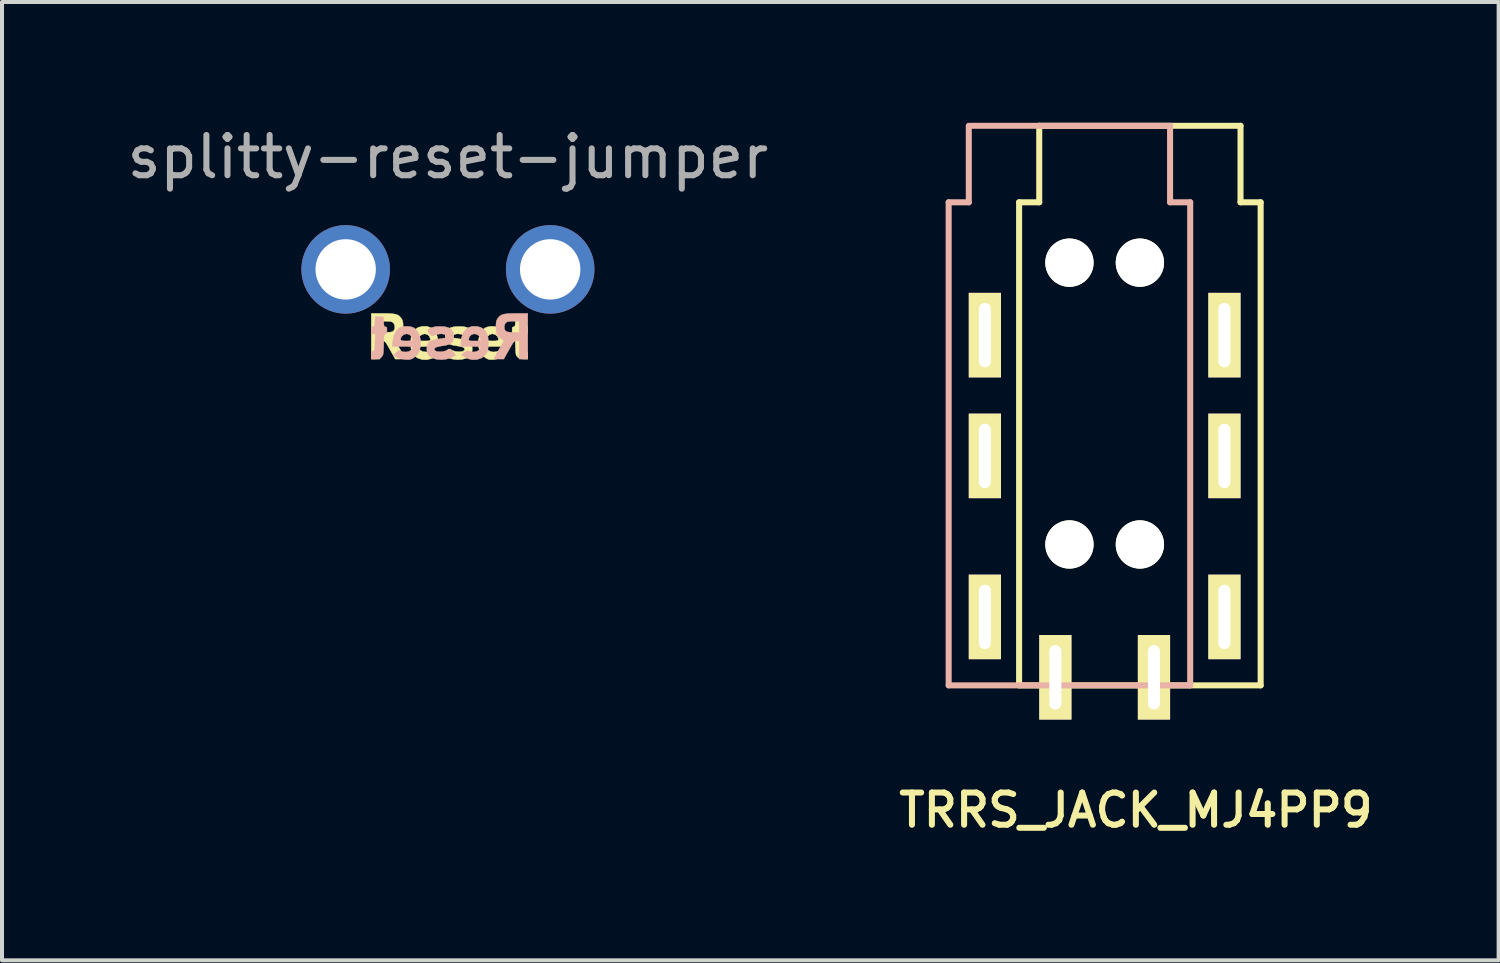
<source format=kicad_pcb>
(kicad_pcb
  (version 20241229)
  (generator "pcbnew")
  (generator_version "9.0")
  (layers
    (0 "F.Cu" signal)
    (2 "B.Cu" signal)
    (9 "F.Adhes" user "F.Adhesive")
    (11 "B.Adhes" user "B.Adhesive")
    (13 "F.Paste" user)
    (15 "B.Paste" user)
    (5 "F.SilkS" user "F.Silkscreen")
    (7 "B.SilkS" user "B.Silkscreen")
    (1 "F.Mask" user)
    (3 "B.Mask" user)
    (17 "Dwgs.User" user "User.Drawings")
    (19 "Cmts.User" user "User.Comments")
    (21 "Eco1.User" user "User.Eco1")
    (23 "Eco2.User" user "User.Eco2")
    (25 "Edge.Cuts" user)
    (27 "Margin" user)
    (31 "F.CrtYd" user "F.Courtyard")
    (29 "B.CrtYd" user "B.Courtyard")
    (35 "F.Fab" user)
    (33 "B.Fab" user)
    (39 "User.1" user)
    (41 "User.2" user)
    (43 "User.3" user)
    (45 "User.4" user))
  (footprint "TRRS_JACK_MJ4PP9"
    (layer "F.Cu")
    (at 25.266 1.975)
    (property "Reference" "TRRS_JACK_MJ4PP9" (at -0.1 15.1 0) (layer "F.SilkS") (effects (font (size 0.8 0.8) (thickness 0.15))))
    (attr through_hole)
    (fp_line (start -3 0) (end -2.5 0) (stroke (width 0.15) (type solid)) (layer "F.SilkS"))
    (fp_line (start -3 12) (end -3 0) (stroke (width 0.15) (type solid)) (layer "F.SilkS"))
    (fp_line (start -2.5 -1.9) (end 2.5 -1.9) (stroke (width 0.15) (type solid)) (layer "F.SilkS"))
    (fp_line (start -2.5 0) (end -2.5 -1.9) (stroke (width 0.15) (type solid)) (layer "F.SilkS"))
    (fp_line (start 2.5 0) (end 2.5 -1.9) (stroke (width 0.15) (type solid)) (layer "F.SilkS"))
    (fp_line (start 3 0) (end 2.5 0) (stroke (width 0.15) (type solid)) (layer "F.SilkS"))
    (fp_line (start 3 0) (end 3 12) (stroke (width 0.15) (type solid)) (layer "F.SilkS"))
    (fp_line (start 3 12) (end -3 12) (stroke (width 0.15) (type solid)) (layer "F.SilkS"))
    (fp_line (start -4.75 0) (end -4.25 0) (stroke (width 0.15) (type solid)) (layer "B.SilkS"))
    (fp_line (start -4.75 12) (end -4.75 0) (stroke (width 0.15) (type solid)) (layer "B.SilkS"))
    (fp_line (start -4.25 0) (end -4.25 -1.9) (stroke (width 0.15) (type solid)) (layer "B.SilkS"))
    (fp_line (start -4.2 -1.9) (end 0.75 -1.9) (stroke (width 0.15) (type solid)) (layer "B.SilkS"))
    (fp_line (start 0.75 0) (end 0.75 -1.9) (stroke (width 0.15) (type solid)) (layer "B.SilkS"))
    (fp_line (start 1.25 0) (end 0.75 0) (stroke (width 0.15) (type solid)) (layer "B.SilkS"))
    (fp_line (start 1.25 0) (end 1.25 12) (stroke (width 0.15) (type solid)) (layer "B.SilkS"))
    (fp_line (start 1.25 12) (end -4.75 12) (stroke (width 0.15) (type solid)) (layer "B.SilkS"))
    (pad "" np_thru_hole circle (at -1.75 1.5) (size 1.2 1.2) (drill 1.2) (layers "*.Cu" "*.Mask" "F.SilkS"))
    (pad "" np_thru_hole circle (at -1.75 8.5) (size 1.2 1.2) (drill 1.2) (layers "*.Cu" "*.Mask" "F.SilkS"))
    (pad "" np_thru_hole circle (at 0 1.5) (size 1.2 1.2) (drill 1.2) (layers "*.Cu" "*.Mask" "F.SilkS"))
    (pad "" np_thru_hole circle (at 0 8.5) (size 1.2 1.2) (drill 1.2) (layers "*.Cu" "*.Mask" "F.SilkS"))
    (pad "1" thru_hole rect (at -2.1 11.8) (size 0.8 2.1) (drill oval 0.3 1.6) (layers "*.Cu" "*.Mask" "F.SilkS"))
    (pad "1" thru_hole rect (at 0.35 11.8) (size 0.8 2.1) (drill oval 0.3 1.6) (layers "*.Cu" "*.Mask" "F.SilkS"))
    (pad "2" thru_hole rect (at -3.85 10.3) (size 0.8 2.1) (drill oval 0.3 1.6) (layers "*.Cu" "*.Mask" "F.SilkS"))
    (pad "2" thru_hole rect (at 2.1 10.3) (size 0.8 2.1) (drill oval 0.3 1.6) (layers "*.Cu" "*.Mask" "F.SilkS"))
    (pad "3" thru_hole rect (at -3.85 6.3) (size 0.8 2.1) (drill oval 0.3 1.6) (layers "*.Cu" "*.Mask" "F.SilkS"))
    (pad "3" thru_hole rect (at 2.1 6.3) (size 0.8 2.1) (drill oval 0.3 1.6) (layers "*.Cu" "*.Mask" "F.SilkS"))
    (pad "4" thru_hole rect (at -3.85 3.3) (size 0.8 2.1) (drill oval 0.3 1.6) (layers "*.Cu" "*.Mask" "F.SilkS"))
    (pad "4" thru_hole rect (at 2.1 3.3) (size 0.8 2.1) (drill oval 0.3 1.6) (layers "*.Cu" "*.Mask" "F.SilkS")))
  (footprint "splitty-reset-jumper"
    (layer "F.Cu")
    (at 8.077 3.642)
    (property "Reference" "splitty-reset-jumper" (at 0 -2.794 0) (layer "F.Fab") (effects (font (size 1 1) (thickness 0.15))))
    (attr through_hole)
    (fp_poly (pts (xy -1.485 1.095) (xy -1.382 1.101) (xy -1.305 1.113) (xy -1.249 1.132) (xy -1.205 1.161) (xy -1.169 1.201) (xy -1.159 1.214) (xy -1.134 1.255) (xy -1.12 1.3) (xy -1.114 1.36) (xy -1.113 1.429) (xy -1.118 1.532) (xy -1.138 1.609) (xy -1.179 1.668) (xy -1.244 1.723) (xy -1.254 1.73) (xy -1.314 1.771) (xy -1.196 1.975) (xy -1.15 2.056) (xy -1.11 2.126) (xy -1.082 2.178) (xy -1.069 2.203) (xy -1.075 2.217) (xy -1.109 2.224) (xy -1.177 2.227) (xy -1.184 2.227) (xy -1.308 2.227) (xy -1.434 2.002) (xy -1.486 1.911) (xy -1.523 1.849) (xy -1.551 1.809) (xy -1.574 1.788) (xy -1.597 1.779) (xy -1.624 1.778) (xy -1.689 1.778) (xy -1.689 2.227) (xy -1.904 2.227) (xy -1.904 1.289) (xy -1.689 1.289) (xy -1.689 1.563) (xy -1.539 1.563) (xy -1.451 1.56) (xy -1.394 1.551) (xy -1.358 1.534) (xy -1.353 1.53) (xy -1.324 1.481) (xy -1.319 1.417) (xy -1.337 1.355) (xy -1.357 1.328) (xy -1.385 1.307) (xy -1.424 1.295) (xy -1.485 1.29) (xy -1.542 1.289) (xy -1.689 1.289) (xy -1.904 1.289) (xy -1.904 1.094) (xy -1.62 1.094) (xy -1.485 1.095)) (stroke (width 0.01) (type solid)) (fill yes) (layer "F.SilkS"))
    (fp_poly (pts (xy 1.891 1.293) (xy 1.895 1.361) (xy 1.903 1.399) (xy 1.918 1.417) (xy 1.94 1.422) (xy 1.968 1.432) (xy 1.981 1.457) (xy 1.984 1.508) (xy 1.984 1.515) (xy 1.982 1.569) (xy 1.972 1.594) (xy 1.948 1.602) (xy 1.935 1.602) (xy 1.885 1.602) (xy 1.891 1.812) (xy 1.894 1.905) (xy 1.898 1.965) (xy 1.904 2.001) (xy 1.915 2.019) (xy 1.931 2.027) (xy 1.94 2.028) (xy 1.967 2.037) (xy 1.98 2.059) (xy 1.984 2.106) (xy 1.984 2.131) (xy 1.984 2.227) (xy 1.88 2.227) (xy 1.813 2.224) (xy 1.768 2.209) (xy 1.732 2.18) (xy 1.729 2.177) (xy 1.71 2.154) (xy 1.696 2.128) (xy 1.687 2.093) (xy 1.682 2.04) (xy 1.678 1.962) (xy 1.675 1.864) (xy 1.672 1.758) (xy 1.669 1.685) (xy 1.664 1.639) (xy 1.656 1.614) (xy 1.645 1.604) (xy 1.631 1.602) (xy 1.608 1.596) (xy 1.596 1.57) (xy 1.594 1.516) (xy 1.594 1.514) (xy 1.596 1.459) (xy 1.607 1.433) (xy 1.63 1.426) (xy 1.632 1.426) (xy 1.653 1.421) (xy 1.666 1.401) (xy 1.672 1.356) (xy 1.676 1.304) (xy 1.681 1.182) (xy 1.783 1.176) (xy 1.885 1.17) (xy 1.891 1.293)) (stroke (width 0.01) (type solid)) (fill yes) (layer "F.SilkS"))
    (fp_poly (pts (xy -0.424 1.448) (xy -0.344 1.512) (xy -0.285 1.605) (xy -0.251 1.722) (xy -0.243 1.822) (xy -0.243 1.914) (xy -0.487 1.914) (xy -0.599 1.916) (xy -0.674 1.92) (xy -0.718 1.93) (xy -0.733 1.946) (xy -0.722 1.971) (xy -0.69 2.005) (xy -0.686 2.009) (xy -0.625 2.042) (xy -0.544 2.051) (xy -0.457 2.035) (xy -0.447 2.031) (xy -0.408 2.022) (xy -0.372 2.033) (xy -0.326 2.064) (xy -0.257 2.116) (xy -0.311 2.16) (xy -0.411 2.217) (xy -0.524 2.244) (xy -0.64 2.24) (xy -0.747 2.206) (xy -0.773 2.19) (xy -0.843 2.134) (xy -0.889 2.065) (xy -0.916 1.975) (xy -0.926 1.857) (xy -0.926 1.821) (xy -0.919 1.732) (xy -0.732 1.732) (xy -0.729 1.755) (xy -0.717 1.769) (xy -0.686 1.775) (xy -0.63 1.778) (xy -0.585 1.778) (xy -0.51 1.777) (xy -0.467 1.773) (xy -0.446 1.764) (xy -0.439 1.746) (xy -0.438 1.729) (xy -0.456 1.669) (xy -0.502 1.624) (xy -0.566 1.602) (xy -0.579 1.602) (xy -0.643 1.617) (xy -0.696 1.655) (xy -0.728 1.707) (xy -0.732 1.732) (xy -0.919 1.732) (xy -0.915 1.682) (xy -0.881 1.574) (xy -0.823 1.494) (xy -0.74 1.442) (xy -0.637 1.414) (xy -0.523 1.414) (xy -0.424 1.448)) (stroke (width 0.01) (type solid)) (fill yes) (layer "F.SilkS"))
    (fp_poly (pts (xy 1.158 1.416) (xy 1.241 1.432) (xy 1.294 1.457) (xy 1.367 1.534) (xy 1.419 1.639) (xy 1.448 1.767) (xy 1.45 1.786) (xy 1.462 1.914) (xy 1.207 1.914) (xy 1.104 1.915) (xy 1.033 1.916) (xy 0.99 1.92) (xy 0.967 1.926) (xy 0.96 1.937) (xy 0.963 1.953) (xy 0.963 1.954) (xy 0.994 2.004) (xy 1.052 2.038) (xy 1.126 2.052) (xy 1.206 2.044) (xy 1.251 2.028) (xy 1.287 2.017) (xy 1.317 2.026) (xy 1.357 2.059) (xy 1.359 2.061) (xy 1.396 2.1) (xy 1.416 2.128) (xy 1.418 2.133) (xy 1.4 2.156) (xy 1.354 2.182) (xy 1.29 2.207) (xy 1.217 2.227) (xy 1.146 2.239) (xy 1.135 2.24) (xy 1.058 2.242) (xy 1.002 2.233) (xy 0.948 2.208) (xy 0.94 2.203) (xy 0.85 2.131) (xy 0.79 2.034) (xy 0.761 1.913) (xy 0.76 1.767) (xy 0.761 1.757) (xy 0.958 1.757) (xy 0.959 1.759) (xy 0.983 1.768) (xy 1.035 1.775) (xy 1.104 1.778) (xy 1.107 1.778) (xy 1.183 1.776) (xy 1.229 1.768) (xy 1.251 1.754) (xy 1.255 1.747) (xy 1.252 1.711) (xy 1.23 1.666) (xy 1.228 1.664) (xy 1.173 1.617) (xy 1.107 1.601) (xy 1.042 1.616) (xy 0.99 1.661) (xy 0.978 1.681) (xy 0.96 1.726) (xy 0.958 1.757) (xy 0.761 1.757) (xy 0.764 1.73) (xy 0.796 1.608) (xy 0.859 1.509) (xy 0.916 1.457) (xy 0.98 1.429) (xy 1.066 1.415) (xy 1.158 1.416)) (stroke (width 0.01) (type solid)) (fill yes) (layer "F.SilkS"))
    (fp_poly (pts (xy 0.369 1.421) (xy 0.438 1.432) (xy 0.497 1.453) (xy 0.514 1.462) (xy 0.563 1.49) (xy 0.582 1.516) (xy 0.574 1.548) (xy 0.538 1.597) (xy 0.521 1.616) (xy 0.495 1.642) (xy 0.47 1.65) (xy 0.431 1.641) (xy 0.401 1.631) (xy 0.312 1.607) (xy 0.233 1.601) (xy 0.172 1.612) (xy 0.135 1.638) (xy 0.128 1.663) (xy 0.13 1.694) (xy 0.133 1.7) (xy 0.153 1.704) (xy 0.203 1.711) (xy 0.273 1.722) (xy 0.309 1.728) (xy 0.393 1.743) (xy 0.466 1.762) (xy 0.518 1.78) (xy 0.528 1.785) (xy 0.574 1.837) (xy 0.6 1.91) (xy 0.605 1.993) (xy 0.591 2.074) (xy 0.555 2.142) (xy 0.54 2.157) (xy 0.461 2.205) (xy 0.358 2.234) (xy 0.242 2.243) (xy 0.123 2.23) (xy 0.07 2.217) (xy -0.009 2.189) (xy -0.068 2.162) (xy -0.102 2.139) (xy -0.106 2.131) (xy -0.095 2.11) (xy -0.066 2.071) (xy -0.048 2.048) (xy 0.011 1.977) (xy 0.113 2.016) (xy 0.194 2.039) (xy 0.272 2.047) (xy 0.339 2.042) (xy 0.389 2.026) (xy 0.416 1.998) (xy 0.411 1.962) (xy 0.409 1.958) (xy 0.379 1.936) (xy 0.318 1.917) (xy 0.232 1.902) (xy 0.13 1.885) (xy 0.059 1.866) (xy 0.009 1.841) (xy -0.027 1.807) (xy -0.037 1.793) (xy -0.061 1.73) (xy -0.065 1.651) (xy -0.05 1.572) (xy -0.038 1.543) (xy 0.007 1.483) (xy 0.072 1.444) (xy 0.162 1.423) (xy 0.275 1.417) (xy 0.369 1.421)) (stroke (width 0.01) (type solid)) (fill yes) (layer "F.SilkS"))
    (fp_poly (pts (xy 1.565 1.095) (xy 1.462 1.101) (xy 1.385 1.113) (xy 1.329 1.132) (xy 1.285 1.161) (xy 1.249 1.201) (xy 1.239 1.214) (xy 1.214 1.255) (xy 1.2 1.3) (xy 1.194 1.36) (xy 1.193 1.429) (xy 1.198 1.532) (xy 1.218 1.609) (xy 1.259 1.668) (xy 1.324 1.723) (xy 1.334 1.73) (xy 1.394 1.771) (xy 1.276 1.975) (xy 1.23 2.056) (xy 1.19 2.126) (xy 1.162 2.178) (xy 1.149 2.203) (xy 1.155 2.217) (xy 1.189 2.224) (xy 1.257 2.227) (xy 1.264 2.227) (xy 1.388 2.227) (xy 1.514 2.002) (xy 1.566 1.911) (xy 1.603 1.849) (xy 1.631 1.809) (xy 1.654 1.788) (xy 1.677 1.779) (xy 1.704 1.778) (xy 1.769 1.778) (xy 1.769 2.227) (xy 1.984 2.227) (xy 1.984 1.289) (xy 1.769 1.289) (xy 1.769 1.563) (xy 1.619 1.563) (xy 1.531 1.56) (xy 1.474 1.551) (xy 1.438 1.534) (xy 1.433 1.53) (xy 1.404 1.481) (xy 1.399 1.417) (xy 1.417 1.355) (xy 1.437 1.328) (xy 1.465 1.307) (xy 1.504 1.295) (xy 1.565 1.29) (xy 1.622 1.289) (xy 1.769 1.289) (xy 1.984 1.289) (xy 1.984 1.094) (xy 1.7 1.094) (xy 1.565 1.095)) (stroke (width 0.01) (type solid)) (fill yes) (layer "B.SilkS"))
    (fp_poly (pts (xy -1.811 1.293) (xy -1.815 1.361) (xy -1.823 1.399) (xy -1.838 1.417) (xy -1.86 1.422) (xy -1.888 1.432) (xy -1.901 1.457) (xy -1.904 1.508) (xy -1.904 1.515) (xy -1.902 1.569) (xy -1.892 1.594) (xy -1.868 1.602) (xy -1.855 1.602) (xy -1.805 1.602) (xy -1.811 1.812) (xy -1.814 1.905) (xy -1.818 1.965) (xy -1.824 2.001) (xy -1.835 2.019) (xy -1.851 2.027) (xy -1.86 2.028) (xy -1.887 2.037) (xy -1.9 2.059) (xy -1.904 2.106) (xy -1.904 2.131) (xy -1.904 2.227) (xy -1.8 2.227) (xy -1.733 2.224) (xy -1.688 2.209) (xy -1.652 2.18) (xy -1.649 2.177) (xy -1.63 2.154) (xy -1.616 2.128) (xy -1.607 2.093) (xy -1.602 2.04) (xy -1.598 1.962) (xy -1.595 1.864) (xy -1.592 1.758) (xy -1.589 1.685) (xy -1.584 1.639) (xy -1.576 1.614) (xy -1.565 1.604) (xy -1.551 1.602) (xy -1.528 1.596) (xy -1.516 1.57) (xy -1.514 1.516) (xy -1.514 1.514) (xy -1.516 1.459) (xy -1.527 1.433) (xy -1.55 1.426) (xy -1.552 1.426) (xy -1.573 1.421) (xy -1.586 1.401) (xy -1.592 1.356) (xy -1.596 1.304) (xy -1.601 1.182) (xy -1.703 1.176) (xy -1.805 1.17) (xy -1.811 1.293)) (stroke (width 0.01) (type solid)) (fill yes) (layer "B.SilkS"))
    (fp_poly (pts (xy 0.504 1.448) (xy 0.424 1.512) (xy 0.365 1.605) (xy 0.331 1.722) (xy 0.323 1.822) (xy 0.323 1.914) (xy 0.567 1.914) (xy 0.679 1.916) (xy 0.754 1.92) (xy 0.798 1.93) (xy 0.813 1.946) (xy 0.802 1.971) (xy 0.77 2.005) (xy 0.766 2.009) (xy 0.705 2.042) (xy 0.624 2.051) (xy 0.537 2.035) (xy 0.527 2.031) (xy 0.488 2.022) (xy 0.452 2.033) (xy 0.406 2.064) (xy 0.337 2.116) (xy 0.391 2.16) (xy 0.491 2.217) (xy 0.604 2.244) (xy 0.72 2.24) (xy 0.827 2.206) (xy 0.853 2.19) (xy 0.923 2.134) (xy 0.969 2.065) (xy 0.996 1.975) (xy 1.006 1.857) (xy 1.006 1.821) (xy 0.999 1.732) (xy 0.812 1.732) (xy 0.809 1.755) (xy 0.797 1.769) (xy 0.766 1.775) (xy 0.71 1.778) (xy 0.665 1.778) (xy 0.59 1.777) (xy 0.547 1.773) (xy 0.526 1.764) (xy 0.519 1.746) (xy 0.518 1.729) (xy 0.536 1.669) (xy 0.582 1.624) (xy 0.646 1.602) (xy 0.659 1.602) (xy 0.723 1.617) (xy 0.776 1.655) (xy 0.808 1.707) (xy 0.812 1.732) (xy 0.999 1.732) (xy 0.995 1.682) (xy 0.961 1.574) (xy 0.903 1.494) (xy 0.82 1.442) (xy 0.717 1.414) (xy 0.603 1.414) (xy 0.504 1.448)) (stroke (width 0.01) (type solid)) (fill yes) (layer "B.SilkS"))
    (fp_poly (pts (xy -1.078 1.416) (xy -1.161 1.432) (xy -1.214 1.457) (xy -1.287 1.534) (xy -1.339 1.639) (xy -1.368 1.767) (xy -1.37 1.786) (xy -1.382 1.914) (xy -1.127 1.914) (xy -1.024 1.915) (xy -0.953 1.916) (xy -0.91 1.92) (xy -0.887 1.926) (xy -0.88 1.937) (xy -0.883 1.953) (xy -0.883 1.954) (xy -0.914 2.004) (xy -0.972 2.038) (xy -1.046 2.052) (xy -1.126 2.044) (xy -1.171 2.028) (xy -1.207 2.017) (xy -1.237 2.026) (xy -1.277 2.059) (xy -1.279 2.061) (xy -1.316 2.1) (xy -1.336 2.128) (xy -1.338 2.133) (xy -1.32 2.156) (xy -1.274 2.182) (xy -1.21 2.207) (xy -1.137 2.227) (xy -1.066 2.239) (xy -1.055 2.24) (xy -0.978 2.242) (xy -0.922 2.233) (xy -0.868 2.208) (xy -0.86 2.203) (xy -0.77 2.131) (xy -0.71 2.034) (xy -0.681 1.913) (xy -0.68 1.767) (xy -0.681 1.757) (xy -0.878 1.757) (xy -0.879 1.759) (xy -0.903 1.768) (xy -0.955 1.775) (xy -1.024 1.778) (xy -1.027 1.778) (xy -1.103 1.776) (xy -1.149 1.768) (xy -1.171 1.754) (xy -1.175 1.747) (xy -1.172 1.711) (xy -1.15 1.666) (xy -1.148 1.664) (xy -1.093 1.617) (xy -1.027 1.601) (xy -0.962 1.616) (xy -0.91 1.661) (xy -0.898 1.681) (xy -0.88 1.726) (xy -0.878 1.757) (xy -0.681 1.757) (xy -0.684 1.73) (xy -0.716 1.608) (xy -0.779 1.509) (xy -0.836 1.457) (xy -0.9 1.429) (xy -0.986 1.415) (xy -1.078 1.416)) (stroke (width 0.01) (type solid)) (fill yes) (layer "B.SilkS"))
    (fp_poly (pts (xy -0.289 1.421) (xy -0.358 1.432) (xy -0.417 1.453) (xy -0.434 1.462) (xy -0.483 1.49) (xy -0.502 1.516) (xy -0.494 1.548) (xy -0.458 1.597) (xy -0.441 1.616) (xy -0.415 1.642) (xy -0.39 1.65) (xy -0.351 1.641) (xy -0.321 1.631) (xy -0.232 1.607) (xy -0.153 1.601) (xy -0.092 1.612) (xy -0.055 1.638) (xy -0.048 1.663) (xy -0.05 1.694) (xy -0.053 1.7) (xy -0.073 1.704) (xy -0.123 1.711) (xy -0.193 1.722) (xy -0.229 1.728) (xy -0.313 1.743) (xy -0.386 1.762) (xy -0.438 1.78) (xy -0.448 1.785) (xy -0.494 1.837) (xy -0.52 1.91) (xy -0.525 1.993) (xy -0.511 2.074) (xy -0.475 2.142) (xy -0.46 2.157) (xy -0.381 2.205) (xy -0.278 2.234) (xy -0.162 2.243) (xy -0.043 2.23) (xy 0.01 2.217) (xy 0.089 2.189) (xy 0.148 2.162) (xy 0.182 2.139) (xy 0.186 2.131) (xy 0.175 2.11) (xy 0.146 2.071) (xy 0.128 2.048) (xy 0.069 1.977) (xy -0.033 2.016) (xy -0.114 2.039) (xy -0.192 2.047) (xy -0.259 2.042) (xy -0.309 2.026) (xy -0.336 1.998) (xy -0.331 1.962) (xy -0.329 1.958) (xy -0.299 1.936) (xy -0.238 1.917) (xy -0.152 1.902) (xy -0.05 1.885) (xy 0.021 1.866) (xy 0.071 1.841) (xy 0.107 1.807) (xy 0.117 1.793) (xy 0.141 1.73) (xy 0.145 1.651) (xy 0.13 1.572) (xy 0.118 1.543) (xy 0.073 1.483) (xy 0.008 1.444) (xy -0.082 1.423) (xy -0.195 1.417) (xy -0.289 1.421)) (stroke (width 0.01) (type solid)) (fill yes) (layer "B.SilkS"))
    (pad "1" thru_hole circle (at -2.54 0) (size 2.2 2.2) (drill 1.5) (layers "*.Cu" "*.Mask"))
    (pad "2" thru_hole circle (at 2.54 0) (size 2.2 2.2) (drill 1.5) (layers "*.Cu" "*.Mask")))
  (gr_rect
    (start -3 -3)
    (end 34.178 20.806)
    (stroke (width 0.1) (type default))
    (fill no)
    (layer "Edge.Cuts")))
</source>
